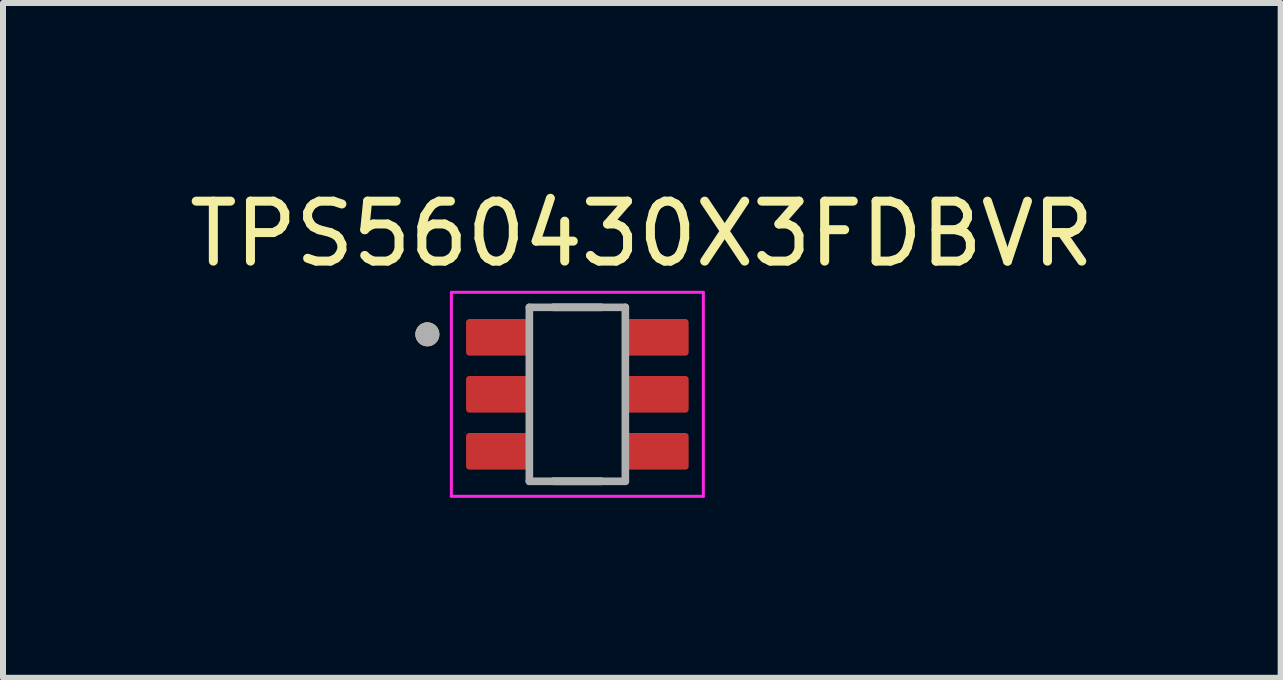
<source format=kicad_pcb>
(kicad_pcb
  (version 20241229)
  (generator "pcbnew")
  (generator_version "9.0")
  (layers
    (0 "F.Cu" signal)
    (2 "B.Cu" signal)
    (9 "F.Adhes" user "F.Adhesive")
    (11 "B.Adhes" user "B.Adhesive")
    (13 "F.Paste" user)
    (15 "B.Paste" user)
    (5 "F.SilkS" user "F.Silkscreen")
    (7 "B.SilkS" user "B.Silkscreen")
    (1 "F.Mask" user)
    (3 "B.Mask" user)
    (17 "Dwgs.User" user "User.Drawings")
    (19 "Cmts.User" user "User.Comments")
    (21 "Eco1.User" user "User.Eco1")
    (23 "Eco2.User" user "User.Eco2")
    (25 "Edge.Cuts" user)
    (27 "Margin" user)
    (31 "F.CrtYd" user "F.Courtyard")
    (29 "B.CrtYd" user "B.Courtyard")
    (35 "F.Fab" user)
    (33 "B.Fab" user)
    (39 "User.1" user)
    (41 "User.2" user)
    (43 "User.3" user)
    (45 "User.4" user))
  (footprint "TPS560430X3FDBVR"
    (layer "F.Cu")
    (at 6.574 3.523)
    (property "Reference" "TPS560430X3FDBVR" (at 1.075 -2.675 0) (layer "F.SilkS") (effects (font (size 1 1) (thickness 0.15))))
    (attr smd)
    (fp_poly (pts (xy -1.8 -1.32) (xy -1.806 -1.32) (xy -1.813 -1.319) (xy -1.819 -1.319) (xy -1.825 -1.317) (xy -1.831 -1.316) (xy -1.837 -1.314) (xy -1.843 -1.312) (xy -1.849 -1.31) (xy -1.854 -1.307) (xy -1.86 -1.304) (xy -1.865 -1.301) (xy -1.871 -1.297) (xy -1.876 -1.293) (xy -1.88 -1.289) (xy -1.885 -1.285) (xy -1.889 -1.28) (xy -1.893 -1.276) (xy -1.897 -1.271) (xy -1.901 -1.265) (xy -1.904 -1.26) (xy -1.907 -1.254) (xy -1.91 -1.249) (xy -1.912 -1.243) (xy -1.914 -1.237) (xy -1.916 -1.231) (xy -1.917 -1.225) (xy -1.919 -1.219) (xy -1.919 -1.213) (xy -1.92 -1.206) (xy -1.92 -1.2) (xy -1.92 -0.7) (xy -1.92 -0.694) (xy -1.919 -0.687) (xy -1.919 -0.681) (xy -1.917 -0.675) (xy -1.916 -0.669) (xy -1.914 -0.663) (xy -1.912 -0.657) (xy -1.91 -0.651) (xy -1.907 -0.646) (xy -1.904 -0.64) (xy -1.901 -0.635) (xy -1.897 -0.629) (xy -1.893 -0.624) (xy -1.889 -0.62) (xy -1.885 -0.615) (xy -1.88 -0.611) (xy -1.876 -0.607) (xy -1.871 -0.603) (xy -1.865 -0.599) (xy -1.86 -0.596) (xy -1.854 -0.593) (xy -1.849 -0.59) (xy -1.843 -0.588) (xy -1.837 -0.586) (xy -1.831 -0.584) (xy -1.825 -0.583) (xy -1.819 -0.581) (xy -1.813 -0.581) (xy -1.806 -0.58) (xy -1.8 -0.58) (xy -0.8 -0.58) (xy -0.794 -0.58) (xy -0.787 -0.581) (xy -0.781 -0.581) (xy -0.775 -0.583) (xy -0.769 -0.584) (xy -0.763 -0.586) (xy -0.757 -0.588) (xy -0.751 -0.59) (xy -0.746 -0.593) (xy -0.74 -0.596) (xy -0.735 -0.599) (xy -0.729 -0.603) (xy -0.724 -0.607) (xy -0.72 -0.611) (xy -0.715 -0.615) (xy -0.711 -0.62) (xy -0.707 -0.624) (xy -0.703 -0.629) (xy -0.699 -0.635) (xy -0.696 -0.64) (xy -0.693 -0.646) (xy -0.69 -0.651) (xy -0.688 -0.657) (xy -0.686 -0.663) (xy -0.684 -0.669) (xy -0.683 -0.675) (xy -0.681 -0.681) (xy -0.681 -0.687) (xy -0.68 -0.694) (xy -0.68 -0.7) (xy -0.68 -1.2) (xy -0.68 -1.206) (xy -0.681 -1.213) (xy -0.681 -1.219) (xy -0.683 -1.225) (xy -0.684 -1.231) (xy -0.686 -1.237) (xy -0.688 -1.243) (xy -0.69 -1.249) (xy -0.693 -1.254) (xy -0.696 -1.26) (xy -0.699 -1.265) (xy -0.703 -1.271) (xy -0.707 -1.276) (xy -0.711 -1.28) (xy -0.715 -1.285) (xy -0.72 -1.289) (xy -0.724 -1.293) (xy -0.729 -1.297) (xy -0.735 -1.301) (xy -0.74 -1.304) (xy -0.746 -1.307) (xy -0.751 -1.31) (xy -0.757 -1.312) (xy -0.763 -1.314) (xy -0.769 -1.316) (xy -0.775 -1.317) (xy -0.781 -1.319) (xy -0.787 -1.319) (xy -0.794 -1.32) (xy -0.8 -1.32) (xy -1.8 -1.32)) (stroke (width 0.01) (type solid)) (fill yes) (layer "F.Mask"))
    (fp_poly (pts (xy -1.8 -0.37) (xy -1.806 -0.37) (xy -1.813 -0.369) (xy -1.819 -0.369) (xy -1.825 -0.367) (xy -1.831 -0.366) (xy -1.837 -0.364) (xy -1.843 -0.362) (xy -1.849 -0.36) (xy -1.854 -0.357) (xy -1.86 -0.354) (xy -1.865 -0.351) (xy -1.871 -0.347) (xy -1.876 -0.343) (xy -1.88 -0.339) (xy -1.885 -0.335) (xy -1.889 -0.33) (xy -1.893 -0.326) (xy -1.897 -0.321) (xy -1.901 -0.315) (xy -1.904 -0.31) (xy -1.907 -0.304) (xy -1.91 -0.299) (xy -1.912 -0.293) (xy -1.914 -0.287) (xy -1.916 -0.281) (xy -1.917 -0.275) (xy -1.919 -0.269) (xy -1.919 -0.263) (xy -1.92 -0.256) (xy -1.92 -0.25) (xy -1.92 0.25) (xy -1.92 0.256) (xy -1.919 0.263) (xy -1.919 0.269) (xy -1.917 0.275) (xy -1.916 0.281) (xy -1.914 0.287) (xy -1.912 0.293) (xy -1.91 0.299) (xy -1.907 0.304) (xy -1.904 0.31) (xy -1.901 0.315) (xy -1.897 0.321) (xy -1.893 0.326) (xy -1.889 0.33) (xy -1.885 0.335) (xy -1.88 0.339) (xy -1.876 0.343) (xy -1.871 0.347) (xy -1.865 0.351) (xy -1.86 0.354) (xy -1.854 0.357) (xy -1.849 0.36) (xy -1.843 0.362) (xy -1.837 0.364) (xy -1.831 0.366) (xy -1.825 0.367) (xy -1.819 0.369) (xy -1.813 0.369) (xy -1.806 0.37) (xy -1.8 0.37) (xy -0.8 0.37) (xy -0.794 0.37) (xy -0.787 0.369) (xy -0.781 0.369) (xy -0.775 0.367) (xy -0.769 0.366) (xy -0.763 0.364) (xy -0.757 0.362) (xy -0.751 0.36) (xy -0.746 0.357) (xy -0.74 0.354) (xy -0.735 0.351) (xy -0.729 0.347) (xy -0.724 0.343) (xy -0.72 0.339) (xy -0.715 0.335) (xy -0.711 0.33) (xy -0.707 0.326) (xy -0.703 0.321) (xy -0.699 0.315) (xy -0.696 0.31) (xy -0.693 0.304) (xy -0.69 0.299) (xy -0.688 0.293) (xy -0.686 0.287) (xy -0.684 0.281) (xy -0.683 0.275) (xy -0.681 0.269) (xy -0.681 0.263) (xy -0.68 0.256) (xy -0.68 0.25) (xy -0.68 -0.25) (xy -0.68 -0.256) (xy -0.681 -0.263) (xy -0.681 -0.269) (xy -0.683 -0.275) (xy -0.684 -0.281) (xy -0.686 -0.287) (xy -0.688 -0.293) (xy -0.69 -0.299) (xy -0.693 -0.304) (xy -0.696 -0.31) (xy -0.699 -0.315) (xy -0.703 -0.321) (xy -0.707 -0.326) (xy -0.711 -0.33) (xy -0.715 -0.335) (xy -0.72 -0.339) (xy -0.724 -0.343) (xy -0.729 -0.347) (xy -0.735 -0.351) (xy -0.74 -0.354) (xy -0.746 -0.357) (xy -0.751 -0.36) (xy -0.757 -0.362) (xy -0.763 -0.364) (xy -0.769 -0.366) (xy -0.775 -0.367) (xy -0.781 -0.369) (xy -0.787 -0.369) (xy -0.794 -0.37) (xy -0.8 -0.37) (xy -1.8 -0.37)) (stroke (width 0.01) (type solid)) (fill yes) (layer "F.Mask"))
    (fp_poly (pts (xy -1.8 0.58) (xy -1.806 0.58) (xy -1.813 0.581) (xy -1.819 0.581) (xy -1.825 0.583) (xy -1.831 0.584) (xy -1.837 0.586) (xy -1.843 0.588) (xy -1.849 0.59) (xy -1.854 0.593) (xy -1.86 0.596) (xy -1.865 0.599) (xy -1.871 0.603) (xy -1.876 0.607) (xy -1.88 0.611) (xy -1.885 0.615) (xy -1.889 0.62) (xy -1.893 0.624) (xy -1.897 0.629) (xy -1.901 0.635) (xy -1.904 0.64) (xy -1.907 0.646) (xy -1.91 0.651) (xy -1.912 0.657) (xy -1.914 0.663) (xy -1.916 0.669) (xy -1.917 0.675) (xy -1.919 0.681) (xy -1.919 0.687) (xy -1.92 0.694) (xy -1.92 0.7) (xy -1.92 1.2) (xy -1.92 1.206) (xy -1.919 1.213) (xy -1.919 1.219) (xy -1.917 1.225) (xy -1.916 1.231) (xy -1.914 1.237) (xy -1.912 1.243) (xy -1.91 1.249) (xy -1.907 1.254) (xy -1.904 1.26) (xy -1.901 1.265) (xy -1.897 1.271) (xy -1.893 1.276) (xy -1.889 1.28) (xy -1.885 1.285) (xy -1.88 1.289) (xy -1.876 1.293) (xy -1.871 1.297) (xy -1.865 1.301) (xy -1.86 1.304) (xy -1.854 1.307) (xy -1.849 1.31) (xy -1.843 1.312) (xy -1.837 1.314) (xy -1.831 1.316) (xy -1.825 1.317) (xy -1.819 1.319) (xy -1.813 1.319) (xy -1.806 1.32) (xy -1.8 1.32) (xy -0.8 1.32) (xy -0.794 1.32) (xy -0.787 1.319) (xy -0.781 1.319) (xy -0.775 1.317) (xy -0.769 1.316) (xy -0.763 1.314) (xy -0.757 1.312) (xy -0.751 1.31) (xy -0.746 1.307) (xy -0.74 1.304) (xy -0.735 1.301) (xy -0.729 1.297) (xy -0.724 1.293) (xy -0.72 1.289) (xy -0.715 1.285) (xy -0.711 1.28) (xy -0.707 1.276) (xy -0.703 1.271) (xy -0.699 1.265) (xy -0.696 1.26) (xy -0.693 1.254) (xy -0.69 1.249) (xy -0.688 1.243) (xy -0.686 1.237) (xy -0.684 1.231) (xy -0.683 1.225) (xy -0.681 1.219) (xy -0.681 1.213) (xy -0.68 1.206) (xy -0.68 1.2) (xy -0.68 0.7) (xy -0.68 0.694) (xy -0.681 0.687) (xy -0.681 0.681) (xy -0.683 0.675) (xy -0.684 0.669) (xy -0.686 0.663) (xy -0.688 0.657) (xy -0.69 0.651) (xy -0.693 0.646) (xy -0.696 0.64) (xy -0.699 0.635) (xy -0.703 0.629) (xy -0.707 0.624) (xy -0.711 0.62) (xy -0.715 0.615) (xy -0.72 0.611) (xy -0.724 0.607) (xy -0.729 0.603) (xy -0.735 0.599) (xy -0.74 0.596) (xy -0.746 0.593) (xy -0.751 0.59) (xy -0.757 0.588) (xy -0.763 0.586) (xy -0.769 0.584) (xy -0.775 0.583) (xy -0.781 0.581) (xy -0.787 0.581) (xy -0.794 0.58) (xy -0.8 0.58) (xy -1.8 0.58)) (stroke (width 0.01) (type solid)) (fill yes) (layer "F.Mask"))
    (fp_poly (pts (xy 0.8 -1.32) (xy 0.794 -1.32) (xy 0.787 -1.319) (xy 0.781 -1.319) (xy 0.775 -1.317) (xy 0.769 -1.316) (xy 0.763 -1.314) (xy 0.757 -1.312) (xy 0.751 -1.31) (xy 0.746 -1.307) (xy 0.74 -1.304) (xy 0.735 -1.301) (xy 0.729 -1.297) (xy 0.724 -1.293) (xy 0.72 -1.289) (xy 0.715 -1.285) (xy 0.711 -1.28) (xy 0.707 -1.276) (xy 0.703 -1.271) (xy 0.699 -1.265) (xy 0.696 -1.26) (xy 0.693 -1.254) (xy 0.69 -1.249) (xy 0.688 -1.243) (xy 0.686 -1.237) (xy 0.684 -1.231) (xy 0.683 -1.225) (xy 0.681 -1.219) (xy 0.681 -1.213) (xy 0.68 -1.206) (xy 0.68 -1.2) (xy 0.68 -0.7) (xy 0.68 -0.694) (xy 0.681 -0.687) (xy 0.681 -0.681) (xy 0.683 -0.675) (xy 0.684 -0.669) (xy 0.686 -0.663) (xy 0.688 -0.657) (xy 0.69 -0.651) (xy 0.693 -0.646) (xy 0.696 -0.64) (xy 0.699 -0.635) (xy 0.703 -0.629) (xy 0.707 -0.624) (xy 0.711 -0.62) (xy 0.715 -0.615) (xy 0.72 -0.611) (xy 0.724 -0.607) (xy 0.729 -0.603) (xy 0.735 -0.599) (xy 0.74 -0.596) (xy 0.746 -0.593) (xy 0.751 -0.59) (xy 0.757 -0.588) (xy 0.763 -0.586) (xy 0.769 -0.584) (xy 0.775 -0.583) (xy 0.781 -0.581) (xy 0.787 -0.581) (xy 0.794 -0.58) (xy 0.8 -0.58) (xy 1.8 -0.58) (xy 1.806 -0.58) (xy 1.813 -0.581) (xy 1.819 -0.581) (xy 1.825 -0.583) (xy 1.831 -0.584) (xy 1.837 -0.586) (xy 1.843 -0.588) (xy 1.849 -0.59) (xy 1.854 -0.593) (xy 1.86 -0.596) (xy 1.865 -0.599) (xy 1.871 -0.603) (xy 1.876 -0.607) (xy 1.88 -0.611) (xy 1.885 -0.615) (xy 1.889 -0.62) (xy 1.893 -0.624) (xy 1.897 -0.629) (xy 1.901 -0.635) (xy 1.904 -0.64) (xy 1.907 -0.646) (xy 1.91 -0.651) (xy 1.912 -0.657) (xy 1.914 -0.663) (xy 1.916 -0.669) (xy 1.917 -0.675) (xy 1.919 -0.681) (xy 1.919 -0.687) (xy 1.92 -0.694) (xy 1.92 -0.7) (xy 1.92 -1.2) (xy 1.92 -1.206) (xy 1.919 -1.213) (xy 1.919 -1.219) (xy 1.917 -1.225) (xy 1.916 -1.231) (xy 1.914 -1.237) (xy 1.912 -1.243) (xy 1.91 -1.249) (xy 1.907 -1.254) (xy 1.904 -1.26) (xy 1.901 -1.265) (xy 1.897 -1.271) (xy 1.893 -1.276) (xy 1.889 -1.28) (xy 1.885 -1.285) (xy 1.88 -1.289) (xy 1.876 -1.293) (xy 1.871 -1.297) (xy 1.865 -1.301) (xy 1.86 -1.304) (xy 1.854 -1.307) (xy 1.849 -1.31) (xy 1.843 -1.312) (xy 1.837 -1.314) (xy 1.831 -1.316) (xy 1.825 -1.317) (xy 1.819 -1.319) (xy 1.813 -1.319) (xy 1.806 -1.32) (xy 1.8 -1.32) (xy 0.8 -1.32)) (stroke (width 0.01) (type solid)) (fill yes) (layer "F.Mask"))
    (fp_poly (pts (xy 0.8 -0.37) (xy 0.794 -0.37) (xy 0.787 -0.369) (xy 0.781 -0.369) (xy 0.775 -0.367) (xy 0.769 -0.366) (xy 0.763 -0.364) (xy 0.757 -0.362) (xy 0.751 -0.36) (xy 0.746 -0.357) (xy 0.74 -0.354) (xy 0.735 -0.351) (xy 0.729 -0.347) (xy 0.724 -0.343) (xy 0.72 -0.339) (xy 0.715 -0.335) (xy 0.711 -0.33) (xy 0.707 -0.326) (xy 0.703 -0.321) (xy 0.699 -0.315) (xy 0.696 -0.31) (xy 0.693 -0.304) (xy 0.69 -0.299) (xy 0.688 -0.293) (xy 0.686 -0.287) (xy 0.684 -0.281) (xy 0.683 -0.275) (xy 0.681 -0.269) (xy 0.681 -0.263) (xy 0.68 -0.256) (xy 0.68 -0.25) (xy 0.68 0.25) (xy 0.68 0.256) (xy 0.681 0.263) (xy 0.681 0.269) (xy 0.683 0.275) (xy 0.684 0.281) (xy 0.686 0.287) (xy 0.688 0.293) (xy 0.69 0.299) (xy 0.693 0.304) (xy 0.696 0.31) (xy 0.699 0.315) (xy 0.703 0.321) (xy 0.707 0.326) (xy 0.711 0.33) (xy 0.715 0.335) (xy 0.72 0.339) (xy 0.724 0.343) (xy 0.729 0.347) (xy 0.735 0.351) (xy 0.74 0.354) (xy 0.746 0.357) (xy 0.751 0.36) (xy 0.757 0.362) (xy 0.763 0.364) (xy 0.769 0.366) (xy 0.775 0.367) (xy 0.781 0.369) (xy 0.787 0.369) (xy 0.794 0.37) (xy 0.8 0.37) (xy 1.8 0.37) (xy 1.806 0.37) (xy 1.813 0.369) (xy 1.819 0.369) (xy 1.825 0.367) (xy 1.831 0.366) (xy 1.837 0.364) (xy 1.843 0.362) (xy 1.849 0.36) (xy 1.854 0.357) (xy 1.86 0.354) (xy 1.865 0.351) (xy 1.871 0.347) (xy 1.876 0.343) (xy 1.88 0.339) (xy 1.885 0.335) (xy 1.889 0.33) (xy 1.893 0.326) (xy 1.897 0.321) (xy 1.901 0.315) (xy 1.904 0.31) (xy 1.907 0.304) (xy 1.91 0.299) (xy 1.912 0.293) (xy 1.914 0.287) (xy 1.916 0.281) (xy 1.917 0.275) (xy 1.919 0.269) (xy 1.919 0.263) (xy 1.92 0.256) (xy 1.92 0.25) (xy 1.92 -0.25) (xy 1.92 -0.256) (xy 1.919 -0.263) (xy 1.919 -0.269) (xy 1.917 -0.275) (xy 1.916 -0.281) (xy 1.914 -0.287) (xy 1.912 -0.293) (xy 1.91 -0.299) (xy 1.907 -0.304) (xy 1.904 -0.31) (xy 1.901 -0.315) (xy 1.897 -0.321) (xy 1.893 -0.326) (xy 1.889 -0.33) (xy 1.885 -0.335) (xy 1.88 -0.339) (xy 1.876 -0.343) (xy 1.871 -0.347) (xy 1.865 -0.351) (xy 1.86 -0.354) (xy 1.854 -0.357) (xy 1.849 -0.36) (xy 1.843 -0.362) (xy 1.837 -0.364) (xy 1.831 -0.366) (xy 1.825 -0.367) (xy 1.819 -0.369) (xy 1.813 -0.369) (xy 1.806 -0.37) (xy 1.8 -0.37) (xy 0.8 -0.37)) (stroke (width 0.01) (type solid)) (fill yes) (layer "F.Mask"))
    (fp_poly (pts (xy 0.8 0.58) (xy 0.794 0.58) (xy 0.787 0.581) (xy 0.781 0.581) (xy 0.775 0.583) (xy 0.769 0.584) (xy 0.763 0.586) (xy 0.757 0.588) (xy 0.751 0.59) (xy 0.746 0.593) (xy 0.74 0.596) (xy 0.735 0.599) (xy 0.729 0.603) (xy 0.724 0.607) (xy 0.72 0.611) (xy 0.715 0.615) (xy 0.711 0.62) (xy 0.707 0.624) (xy 0.703 0.629) (xy 0.699 0.635) (xy 0.696 0.64) (xy 0.693 0.646) (xy 0.69 0.651) (xy 0.688 0.657) (xy 0.686 0.663) (xy 0.684 0.669) (xy 0.683 0.675) (xy 0.681 0.681) (xy 0.681 0.687) (xy 0.68 0.694) (xy 0.68 0.7) (xy 0.68 1.2) (xy 0.68 1.206) (xy 0.681 1.213) (xy 0.681 1.219) (xy 0.683 1.225) (xy 0.684 1.231) (xy 0.686 1.237) (xy 0.688 1.243) (xy 0.69 1.249) (xy 0.693 1.254) (xy 0.696 1.26) (xy 0.699 1.265) (xy 0.703 1.271) (xy 0.707 1.276) (xy 0.711 1.28) (xy 0.715 1.285) (xy 0.72 1.289) (xy 0.724 1.293) (xy 0.729 1.297) (xy 0.735 1.301) (xy 0.74 1.304) (xy 0.746 1.307) (xy 0.751 1.31) (xy 0.757 1.312) (xy 0.763 1.314) (xy 0.769 1.316) (xy 0.775 1.317) (xy 0.781 1.319) (xy 0.787 1.319) (xy 0.794 1.32) (xy 0.8 1.32) (xy 1.8 1.32) (xy 1.806 1.32) (xy 1.813 1.319) (xy 1.819 1.319) (xy 1.825 1.317) (xy 1.831 1.316) (xy 1.837 1.314) (xy 1.843 1.312) (xy 1.849 1.31) (xy 1.854 1.307) (xy 1.86 1.304) (xy 1.865 1.301) (xy 1.871 1.297) (xy 1.876 1.293) (xy 1.88 1.289) (xy 1.885 1.285) (xy 1.889 1.28) (xy 1.893 1.276) (xy 1.897 1.271) (xy 1.901 1.265) (xy 1.904 1.26) (xy 1.907 1.254) (xy 1.91 1.249) (xy 1.912 1.243) (xy 1.914 1.237) (xy 1.916 1.231) (xy 1.917 1.225) (xy 1.919 1.219) (xy 1.919 1.213) (xy 1.92 1.206) (xy 1.92 1.2) (xy 1.92 0.7) (xy 1.92 0.694) (xy 1.919 0.687) (xy 1.919 0.681) (xy 1.917 0.675) (xy 1.916 0.669) (xy 1.914 0.663) (xy 1.912 0.657) (xy 1.91 0.651) (xy 1.907 0.646) (xy 1.904 0.64) (xy 1.901 0.635) (xy 1.897 0.629) (xy 1.893 0.624) (xy 1.889 0.62) (xy 1.885 0.615) (xy 1.88 0.611) (xy 1.876 0.607) (xy 1.871 0.603) (xy 1.865 0.599) (xy 1.86 0.596) (xy 1.854 0.593) (xy 1.849 0.59) (xy 1.843 0.588) (xy 1.837 0.586) (xy 1.831 0.584) (xy 1.825 0.583) (xy 1.819 0.581) (xy 1.813 0.581) (xy 1.806 0.58) (xy 1.8 0.58) (xy 0.8 0.58)) (stroke (width 0.01) (type solid)) (fill yes) (layer "F.Mask"))
    (fp_line (start -0.4 -1.45) (end 0.4 -1.45) (stroke (width 0.127) (type solid)) (layer "F.SilkS"))
    (fp_line (start -0.4 1.45) (end 0.4 1.45) (stroke (width 0.127) (type solid)) (layer "F.SilkS"))
    (fp_circle (center -2.5 -1) (end -2.4 -1) (stroke (width 0.2) (type solid)) (fill no) (layer "F.SilkS"))
    (fp_poly (pts (xy -1.8 -1.25) (xy -1.803 -1.25) (xy -1.805 -1.25) (xy -1.808 -1.249) (xy -1.81 -1.249) (xy -1.813 -1.248) (xy -1.815 -1.248) (xy -1.818 -1.247) (xy -1.82 -1.246) (xy -1.823 -1.245) (xy -1.825 -1.243) (xy -1.827 -1.242) (xy -1.829 -1.24) (xy -1.831 -1.239) (xy -1.833 -1.237) (xy -1.835 -1.235) (xy -1.837 -1.233) (xy -1.839 -1.231) (xy -1.84 -1.229) (xy -1.842 -1.227) (xy -1.843 -1.225) (xy -1.845 -1.223) (xy -1.846 -1.22) (xy -1.847 -1.218) (xy -1.848 -1.215) (xy -1.848 -1.213) (xy -1.849 -1.21) (xy -1.849 -1.208) (xy -1.85 -1.205) (xy -1.85 -1.203) (xy -1.85 -1.2) (xy -1.85 -0.7) (xy -1.85 -0.697) (xy -1.85 -0.695) (xy -1.849 -0.692) (xy -1.849 -0.69) (xy -1.848 -0.687) (xy -1.848 -0.685) (xy -1.847 -0.682) (xy -1.846 -0.68) (xy -1.845 -0.677) (xy -1.843 -0.675) (xy -1.842 -0.673) (xy -1.84 -0.671) (xy -1.839 -0.669) (xy -1.837 -0.667) (xy -1.835 -0.665) (xy -1.833 -0.663) (xy -1.831 -0.661) (xy -1.829 -0.66) (xy -1.827 -0.658) (xy -1.825 -0.657) (xy -1.823 -0.655) (xy -1.82 -0.654) (xy -1.818 -0.653) (xy -1.815 -0.652) (xy -1.813 -0.652) (xy -1.81 -0.651) (xy -1.808 -0.651) (xy -1.805 -0.65) (xy -1.803 -0.65) (xy -1.8 -0.65) (xy -0.8 -0.65) (xy -0.797 -0.65) (xy -0.795 -0.65) (xy -0.792 -0.651) (xy -0.79 -0.651) (xy -0.787 -0.652) (xy -0.785 -0.652) (xy -0.782 -0.653) (xy -0.78 -0.654) (xy -0.777 -0.655) (xy -0.775 -0.657) (xy -0.773 -0.658) (xy -0.771 -0.66) (xy -0.769 -0.661) (xy -0.767 -0.663) (xy -0.765 -0.665) (xy -0.763 -0.667) (xy -0.761 -0.669) (xy -0.76 -0.671) (xy -0.758 -0.673) (xy -0.757 -0.675) (xy -0.755 -0.677) (xy -0.754 -0.68) (xy -0.753 -0.682) (xy -0.752 -0.685) (xy -0.752 -0.687) (xy -0.751 -0.69) (xy -0.751 -0.692) (xy -0.75 -0.695) (xy -0.75 -0.697) (xy -0.75 -0.7) (xy -0.75 -1.2) (xy -0.75 -1.203) (xy -0.75 -1.205) (xy -0.751 -1.208) (xy -0.751 -1.21) (xy -0.752 -1.213) (xy -0.752 -1.215) (xy -0.753 -1.218) (xy -0.754 -1.22) (xy -0.755 -1.223) (xy -0.757 -1.225) (xy -0.758 -1.227) (xy -0.76 -1.229) (xy -0.761 -1.231) (xy -0.763 -1.233) (xy -0.765 -1.235) (xy -0.767 -1.237) (xy -0.769 -1.239) (xy -0.771 -1.24) (xy -0.773 -1.242) (xy -0.775 -1.243) (xy -0.777 -1.245) (xy -0.78 -1.246) (xy -0.782 -1.247) (xy -0.785 -1.248) (xy -0.787 -1.248) (xy -0.79 -1.249) (xy -0.792 -1.249) (xy -0.795 -1.25) (xy -0.797 -1.25) (xy -0.8 -1.25) (xy -1.8 -1.25)) (stroke (width 0.01) (type solid)) (fill yes) (layer "F.Paste"))
    (fp_poly (pts (xy -1.8 -0.3) (xy -1.803 -0.3) (xy -1.805 -0.3) (xy -1.808 -0.299) (xy -1.81 -0.299) (xy -1.813 -0.298) (xy -1.815 -0.298) (xy -1.818 -0.297) (xy -1.82 -0.296) (xy -1.823 -0.295) (xy -1.825 -0.293) (xy -1.827 -0.292) (xy -1.829 -0.29) (xy -1.831 -0.289) (xy -1.833 -0.287) (xy -1.835 -0.285) (xy -1.837 -0.283) (xy -1.839 -0.281) (xy -1.84 -0.279) (xy -1.842 -0.277) (xy -1.843 -0.275) (xy -1.845 -0.273) (xy -1.846 -0.27) (xy -1.847 -0.268) (xy -1.848 -0.265) (xy -1.848 -0.263) (xy -1.849 -0.26) (xy -1.849 -0.258) (xy -1.85 -0.255) (xy -1.85 -0.253) (xy -1.85 -0.25) (xy -1.85 0.25) (xy -1.85 0.253) (xy -1.85 0.255) (xy -1.849 0.258) (xy -1.849 0.26) (xy -1.848 0.263) (xy -1.848 0.265) (xy -1.847 0.268) (xy -1.846 0.27) (xy -1.845 0.273) (xy -1.843 0.275) (xy -1.842 0.277) (xy -1.84 0.279) (xy -1.839 0.281) (xy -1.837 0.283) (xy -1.835 0.285) (xy -1.833 0.287) (xy -1.831 0.289) (xy -1.829 0.29) (xy -1.827 0.292) (xy -1.825 0.293) (xy -1.823 0.295) (xy -1.82 0.296) (xy -1.818 0.297) (xy -1.815 0.298) (xy -1.813 0.298) (xy -1.81 0.299) (xy -1.808 0.299) (xy -1.805 0.3) (xy -1.803 0.3) (xy -1.8 0.3) (xy -0.8 0.3) (xy -0.797 0.3) (xy -0.795 0.3) (xy -0.792 0.299) (xy -0.79 0.299) (xy -0.787 0.298) (xy -0.785 0.298) (xy -0.782 0.297) (xy -0.78 0.296) (xy -0.777 0.295) (xy -0.775 0.293) (xy -0.773 0.292) (xy -0.771 0.29) (xy -0.769 0.289) (xy -0.767 0.287) (xy -0.765 0.285) (xy -0.763 0.283) (xy -0.761 0.281) (xy -0.76 0.279) (xy -0.758 0.277) (xy -0.757 0.275) (xy -0.755 0.273) (xy -0.754 0.27) (xy -0.753 0.268) (xy -0.752 0.265) (xy -0.752 0.263) (xy -0.751 0.26) (xy -0.751 0.258) (xy -0.75 0.255) (xy -0.75 0.253) (xy -0.75 0.25) (xy -0.75 -0.25) (xy -0.75 -0.253) (xy -0.75 -0.255) (xy -0.751 -0.258) (xy -0.751 -0.26) (xy -0.752 -0.263) (xy -0.752 -0.265) (xy -0.753 -0.268) (xy -0.754 -0.27) (xy -0.755 -0.273) (xy -0.757 -0.275) (xy -0.758 -0.277) (xy -0.76 -0.279) (xy -0.761 -0.281) (xy -0.763 -0.283) (xy -0.765 -0.285) (xy -0.767 -0.287) (xy -0.769 -0.289) (xy -0.771 -0.29) (xy -0.773 -0.292) (xy -0.775 -0.293) (xy -0.777 -0.295) (xy -0.78 -0.296) (xy -0.782 -0.297) (xy -0.785 -0.298) (xy -0.787 -0.298) (xy -0.79 -0.299) (xy -0.792 -0.299) (xy -0.795 -0.3) (xy -0.797 -0.3) (xy -0.8 -0.3) (xy -1.8 -0.3)) (stroke (width 0.01) (type solid)) (fill yes) (layer "F.Paste"))
    (fp_poly (pts (xy -1.8 0.65) (xy -1.803 0.65) (xy -1.805 0.65) (xy -1.808 0.651) (xy -1.81 0.651) (xy -1.813 0.652) (xy -1.815 0.652) (xy -1.818 0.653) (xy -1.82 0.654) (xy -1.823 0.655) (xy -1.825 0.657) (xy -1.827 0.658) (xy -1.829 0.66) (xy -1.831 0.661) (xy -1.833 0.663) (xy -1.835 0.665) (xy -1.837 0.667) (xy -1.839 0.669) (xy -1.84 0.671) (xy -1.842 0.673) (xy -1.843 0.675) (xy -1.845 0.677) (xy -1.846 0.68) (xy -1.847 0.682) (xy -1.848 0.685) (xy -1.848 0.687) (xy -1.849 0.69) (xy -1.849 0.692) (xy -1.85 0.695) (xy -1.85 0.697) (xy -1.85 0.7) (xy -1.85 1.2) (xy -1.85 1.203) (xy -1.85 1.205) (xy -1.849 1.208) (xy -1.849 1.21) (xy -1.848 1.213) (xy -1.848 1.215) (xy -1.847 1.218) (xy -1.846 1.22) (xy -1.845 1.223) (xy -1.843 1.225) (xy -1.842 1.227) (xy -1.84 1.229) (xy -1.839 1.231) (xy -1.837 1.233) (xy -1.835 1.235) (xy -1.833 1.237) (xy -1.831 1.239) (xy -1.829 1.24) (xy -1.827 1.242) (xy -1.825 1.243) (xy -1.823 1.245) (xy -1.82 1.246) (xy -1.818 1.247) (xy -1.815 1.248) (xy -1.813 1.248) (xy -1.81 1.249) (xy -1.808 1.249) (xy -1.805 1.25) (xy -1.803 1.25) (xy -1.8 1.25) (xy -0.8 1.25) (xy -0.797 1.25) (xy -0.795 1.25) (xy -0.792 1.249) (xy -0.79 1.249) (xy -0.787 1.248) (xy -0.785 1.248) (xy -0.782 1.247) (xy -0.78 1.246) (xy -0.777 1.245) (xy -0.775 1.243) (xy -0.773 1.242) (xy -0.771 1.24) (xy -0.769 1.239) (xy -0.767 1.237) (xy -0.765 1.235) (xy -0.763 1.233) (xy -0.761 1.231) (xy -0.76 1.229) (xy -0.758 1.227) (xy -0.757 1.225) (xy -0.755 1.223) (xy -0.754 1.22) (xy -0.753 1.218) (xy -0.752 1.215) (xy -0.752 1.213) (xy -0.751 1.21) (xy -0.751 1.208) (xy -0.75 1.205) (xy -0.75 1.203) (xy -0.75 1.2) (xy -0.75 0.7) (xy -0.75 0.697) (xy -0.75 0.695) (xy -0.751 0.692) (xy -0.751 0.69) (xy -0.752 0.687) (xy -0.752 0.685) (xy -0.753 0.682) (xy -0.754 0.68) (xy -0.755 0.677) (xy -0.757 0.675) (xy -0.758 0.673) (xy -0.76 0.671) (xy -0.761 0.669) (xy -0.763 0.667) (xy -0.765 0.665) (xy -0.767 0.663) (xy -0.769 0.661) (xy -0.771 0.66) (xy -0.773 0.658) (xy -0.775 0.657) (xy -0.777 0.655) (xy -0.78 0.654) (xy -0.782 0.653) (xy -0.785 0.652) (xy -0.787 0.652) (xy -0.79 0.651) (xy -0.792 0.651) (xy -0.795 0.65) (xy -0.797 0.65) (xy -0.8 0.65) (xy -1.8 0.65)) (stroke (width 0.01) (type solid)) (fill yes) (layer "F.Paste"))
    (fp_poly (pts (xy 0.8 -1.25) (xy 0.797 -1.25) (xy 0.795 -1.25) (xy 0.792 -1.249) (xy 0.79 -1.249) (xy 0.787 -1.248) (xy 0.785 -1.248) (xy 0.782 -1.247) (xy 0.78 -1.246) (xy 0.777 -1.245) (xy 0.775 -1.243) (xy 0.773 -1.242) (xy 0.771 -1.24) (xy 0.769 -1.239) (xy 0.767 -1.237) (xy 0.765 -1.235) (xy 0.763 -1.233) (xy 0.761 -1.231) (xy 0.76 -1.229) (xy 0.758 -1.227) (xy 0.757 -1.225) (xy 0.755 -1.223) (xy 0.754 -1.22) (xy 0.753 -1.218) (xy 0.752 -1.215) (xy 0.752 -1.213) (xy 0.751 -1.21) (xy 0.751 -1.208) (xy 0.75 -1.205) (xy 0.75 -1.203) (xy 0.75 -1.2) (xy 0.75 -0.7) (xy 0.75 -0.697) (xy 0.75 -0.695) (xy 0.751 -0.692) (xy 0.751 -0.69) (xy 0.752 -0.687) (xy 0.752 -0.685) (xy 0.753 -0.682) (xy 0.754 -0.68) (xy 0.755 -0.677) (xy 0.757 -0.675) (xy 0.758 -0.673) (xy 0.76 -0.671) (xy 0.761 -0.669) (xy 0.763 -0.667) (xy 0.765 -0.665) (xy 0.767 -0.663) (xy 0.769 -0.661) (xy 0.771 -0.66) (xy 0.773 -0.658) (xy 0.775 -0.657) (xy 0.777 -0.655) (xy 0.78 -0.654) (xy 0.782 -0.653) (xy 0.785 -0.652) (xy 0.787 -0.652) (xy 0.79 -0.651) (xy 0.792 -0.651) (xy 0.795 -0.65) (xy 0.797 -0.65) (xy 0.8 -0.65) (xy 1.8 -0.65) (xy 1.803 -0.65) (xy 1.805 -0.65) (xy 1.808 -0.651) (xy 1.81 -0.651) (xy 1.813 -0.652) (xy 1.815 -0.652) (xy 1.818 -0.653) (xy 1.82 -0.654) (xy 1.823 -0.655) (xy 1.825 -0.657) (xy 1.827 -0.658) (xy 1.829 -0.66) (xy 1.831 -0.661) (xy 1.833 -0.663) (xy 1.835 -0.665) (xy 1.837 -0.667) (xy 1.839 -0.669) (xy 1.84 -0.671) (xy 1.842 -0.673) (xy 1.843 -0.675) (xy 1.845 -0.677) (xy 1.846 -0.68) (xy 1.847 -0.682) (xy 1.848 -0.685) (xy 1.848 -0.687) (xy 1.849 -0.69) (xy 1.849 -0.692) (xy 1.85 -0.695) (xy 1.85 -0.697) (xy 1.85 -0.7) (xy 1.85 -1.2) (xy 1.85 -1.203) (xy 1.85 -1.205) (xy 1.849 -1.208) (xy 1.849 -1.21) (xy 1.848 -1.213) (xy 1.848 -1.215) (xy 1.847 -1.218) (xy 1.846 -1.22) (xy 1.845 -1.223) (xy 1.843 -1.225) (xy 1.842 -1.227) (xy 1.84 -1.229) (xy 1.839 -1.231) (xy 1.837 -1.233) (xy 1.835 -1.235) (xy 1.833 -1.237) (xy 1.831 -1.239) (xy 1.829 -1.24) (xy 1.827 -1.242) (xy 1.825 -1.243) (xy 1.823 -1.245) (xy 1.82 -1.246) (xy 1.818 -1.247) (xy 1.815 -1.248) (xy 1.813 -1.248) (xy 1.81 -1.249) (xy 1.808 -1.249) (xy 1.805 -1.25) (xy 1.803 -1.25) (xy 1.8 -1.25) (xy 0.8 -1.25)) (stroke (width 0.01) (type solid)) (fill yes) (layer "F.Paste"))
    (fp_poly (pts (xy 0.8 -0.3) (xy 0.797 -0.3) (xy 0.795 -0.3) (xy 0.792 -0.299) (xy 0.79 -0.299) (xy 0.787 -0.298) (xy 0.785 -0.298) (xy 0.782 -0.297) (xy 0.78 -0.296) (xy 0.777 -0.295) (xy 0.775 -0.293) (xy 0.773 -0.292) (xy 0.771 -0.29) (xy 0.769 -0.289) (xy 0.767 -0.287) (xy 0.765 -0.285) (xy 0.763 -0.283) (xy 0.761 -0.281) (xy 0.76 -0.279) (xy 0.758 -0.277) (xy 0.757 -0.275) (xy 0.755 -0.273) (xy 0.754 -0.27) (xy 0.753 -0.268) (xy 0.752 -0.265) (xy 0.752 -0.263) (xy 0.751 -0.26) (xy 0.751 -0.258) (xy 0.75 -0.255) (xy 0.75 -0.253) (xy 0.75 -0.25) (xy 0.75 0.25) (xy 0.75 0.253) (xy 0.75 0.255) (xy 0.751 0.258) (xy 0.751 0.26) (xy 0.752 0.263) (xy 0.752 0.265) (xy 0.753 0.268) (xy 0.754 0.27) (xy 0.755 0.273) (xy 0.757 0.275) (xy 0.758 0.277) (xy 0.76 0.279) (xy 0.761 0.281) (xy 0.763 0.283) (xy 0.765 0.285) (xy 0.767 0.287) (xy 0.769 0.289) (xy 0.771 0.29) (xy 0.773 0.292) (xy 0.775 0.293) (xy 0.777 0.295) (xy 0.78 0.296) (xy 0.782 0.297) (xy 0.785 0.298) (xy 0.787 0.298) (xy 0.79 0.299) (xy 0.792 0.299) (xy 0.795 0.3) (xy 0.797 0.3) (xy 0.8 0.3) (xy 1.8 0.3) (xy 1.803 0.3) (xy 1.805 0.3) (xy 1.808 0.299) (xy 1.81 0.299) (xy 1.813 0.298) (xy 1.815 0.298) (xy 1.818 0.297) (xy 1.82 0.296) (xy 1.823 0.295) (xy 1.825 0.293) (xy 1.827 0.292) (xy 1.829 0.29) (xy 1.831 0.289) (xy 1.833 0.287) (xy 1.835 0.285) (xy 1.837 0.283) (xy 1.839 0.281) (xy 1.84 0.279) (xy 1.842 0.277) (xy 1.843 0.275) (xy 1.845 0.273) (xy 1.846 0.27) (xy 1.847 0.268) (xy 1.848 0.265) (xy 1.848 0.263) (xy 1.849 0.26) (xy 1.849 0.258) (xy 1.85 0.255) (xy 1.85 0.253) (xy 1.85 0.25) (xy 1.85 -0.25) (xy 1.85 -0.253) (xy 1.85 -0.255) (xy 1.849 -0.258) (xy 1.849 -0.26) (xy 1.848 -0.263) (xy 1.848 -0.265) (xy 1.847 -0.268) (xy 1.846 -0.27) (xy 1.845 -0.273) (xy 1.843 -0.275) (xy 1.842 -0.277) (xy 1.84 -0.279) (xy 1.839 -0.281) (xy 1.837 -0.283) (xy 1.835 -0.285) (xy 1.833 -0.287) (xy 1.831 -0.289) (xy 1.829 -0.29) (xy 1.827 -0.292) (xy 1.825 -0.293) (xy 1.823 -0.295) (xy 1.82 -0.296) (xy 1.818 -0.297) (xy 1.815 -0.298) (xy 1.813 -0.298) (xy 1.81 -0.299) (xy 1.808 -0.299) (xy 1.805 -0.3) (xy 1.803 -0.3) (xy 1.8 -0.3) (xy 0.8 -0.3)) (stroke (width 0.01) (type solid)) (fill yes) (layer "F.Paste"))
    (fp_poly (pts (xy 0.8 0.65) (xy 0.797 0.65) (xy 0.795 0.65) (xy 0.792 0.651) (xy 0.79 0.651) (xy 0.787 0.652) (xy 0.785 0.652) (xy 0.782 0.653) (xy 0.78 0.654) (xy 0.777 0.655) (xy 0.775 0.657) (xy 0.773 0.658) (xy 0.771 0.66) (xy 0.769 0.661) (xy 0.767 0.663) (xy 0.765 0.665) (xy 0.763 0.667) (xy 0.761 0.669) (xy 0.76 0.671) (xy 0.758 0.673) (xy 0.757 0.675) (xy 0.755 0.677) (xy 0.754 0.68) (xy 0.753 0.682) (xy 0.752 0.685) (xy 0.752 0.687) (xy 0.751 0.69) (xy 0.751 0.692) (xy 0.75 0.695) (xy 0.75 0.697) (xy 0.75 0.7) (xy 0.75 1.2) (xy 0.75 1.203) (xy 0.75 1.205) (xy 0.751 1.208) (xy 0.751 1.21) (xy 0.752 1.213) (xy 0.752 1.215) (xy 0.753 1.218) (xy 0.754 1.22) (xy 0.755 1.223) (xy 0.757 1.225) (xy 0.758 1.227) (xy 0.76 1.229) (xy 0.761 1.231) (xy 0.763 1.233) (xy 0.765 1.235) (xy 0.767 1.237) (xy 0.769 1.239) (xy 0.771 1.24) (xy 0.773 1.242) (xy 0.775 1.243) (xy 0.777 1.245) (xy 0.78 1.246) (xy 0.782 1.247) (xy 0.785 1.248) (xy 0.787 1.248) (xy 0.79 1.249) (xy 0.792 1.249) (xy 0.795 1.25) (xy 0.797 1.25) (xy 0.8 1.25) (xy 1.8 1.25) (xy 1.803 1.25) (xy 1.805 1.25) (xy 1.808 1.249) (xy 1.81 1.249) (xy 1.813 1.248) (xy 1.815 1.248) (xy 1.818 1.247) (xy 1.82 1.246) (xy 1.823 1.245) (xy 1.825 1.243) (xy 1.827 1.242) (xy 1.829 1.24) (xy 1.831 1.239) (xy 1.833 1.237) (xy 1.835 1.235) (xy 1.837 1.233) (xy 1.839 1.231) (xy 1.84 1.229) (xy 1.842 1.227) (xy 1.843 1.225) (xy 1.845 1.223) (xy 1.846 1.22) (xy 1.847 1.218) (xy 1.848 1.215) (xy 1.848 1.213) (xy 1.849 1.21) (xy 1.849 1.208) (xy 1.85 1.205) (xy 1.85 1.203) (xy 1.85 1.2) (xy 1.85 0.7) (xy 1.85 0.697) (xy 1.85 0.695) (xy 1.849 0.692) (xy 1.849 0.69) (xy 1.848 0.687) (xy 1.848 0.685) (xy 1.847 0.682) (xy 1.846 0.68) (xy 1.845 0.677) (xy 1.843 0.675) (xy 1.842 0.673) (xy 1.84 0.671) (xy 1.839 0.669) (xy 1.837 0.667) (xy 1.835 0.665) (xy 1.833 0.663) (xy 1.831 0.661) (xy 1.829 0.66) (xy 1.827 0.658) (xy 1.825 0.657) (xy 1.823 0.655) (xy 1.82 0.654) (xy 1.818 0.653) (xy 1.815 0.652) (xy 1.813 0.652) (xy 1.81 0.651) (xy 1.808 0.651) (xy 1.805 0.65) (xy 1.803 0.65) (xy 1.8 0.65) (xy 0.8 0.65)) (stroke (width 0.01) (type solid)) (fill yes) (layer "F.Paste"))
    (fp_line (start -2.1 -1.7) (end -2.1 1.7) (stroke (width 0.05) (type solid)) (layer "F.CrtYd"))
    (fp_line (start -2.1 1.7) (end 2.1 1.7) (stroke (width 0.05) (type solid)) (layer "F.CrtYd"))
    (fp_line (start 2.1 -1.7) (end -2.1 -1.7) (stroke (width 0.05) (type solid)) (layer "F.CrtYd"))
    (fp_line (start 2.1 1.7) (end 2.1 -1.7) (stroke (width 0.05) (type solid)) (layer "F.CrtYd"))
    (fp_line (start -0.8 -1.45) (end -0.8 1.45) (stroke (width 0.127) (type solid)) (layer "F.Fab"))
    (fp_line (start -0.8 1.45) (end 0.8 1.45) (stroke (width 0.127) (type solid)) (layer "F.Fab"))
    (fp_line (start 0.8 -1.45) (end -0.8 -1.45) (stroke (width 0.127) (type solid)) (layer "F.Fab"))
    (fp_line (start 0.8 1.45) (end 0.8 -1.45) (stroke (width 0.127) (type solid)) (layer "F.Fab"))
    (fp_circle (center -2.5 -1) (end -2.4 -1) (stroke (width 0.2) (type solid)) (fill no) (layer "F.Fab"))
    (pad "1" smd custom (at -1.3 -0.95) (size 0.1 0.1) (layers "F.Cu") (options (anchor rect)) (primitives (gr_poly (pts (xy -0.5 -0.3) (xy -0.503 -0.3) (xy -0.505 -0.3) (xy -0.508 -0.299) (xy -0.51 -0.299) (xy -0.513 -0.298) (xy -0.515 -0.298) (xy -0.518 -0.297) (xy -0.52 -0.296) (xy -0.523 -0.295) (xy -0.525 -0.293) (xy -0.527 -0.292) (xy -0.529 -0.29) (xy -0.531 -0.289) (xy -0.533 -0.287) (xy -0.535 -0.285) (xy -0.537 -0.283) (xy -0.539 -0.281) (xy -0.54 -0.279) (xy -0.542 -0.277) (xy -0.543 -0.275) (xy -0.545 -0.273) (xy -0.546 -0.27) (xy -0.547 -0.268) (xy -0.548 -0.265) (xy -0.548 -0.263) (xy -0.549 -0.26) (xy -0.549 -0.258) (xy -0.55 -0.255) (xy -0.55 -0.253) (xy -0.55 -0.25) (xy -0.55 0.25) (xy -0.55 0.253) (xy -0.55 0.255) (xy -0.549 0.258) (xy -0.549 0.26) (xy -0.548 0.263) (xy -0.548 0.265) (xy -0.547 0.268) (xy -0.546 0.27) (xy -0.545 0.273) (xy -0.543 0.275) (xy -0.542 0.277) (xy -0.54 0.279) (xy -0.539 0.281) (xy -0.537 0.283) (xy -0.535 0.285) (xy -0.533 0.287) (xy -0.531 0.289) (xy -0.529 0.29) (xy -0.527 0.292) (xy -0.525 0.293) (xy -0.523 0.295) (xy -0.52 0.296) (xy -0.518 0.297) (xy -0.515 0.298) (xy -0.513 0.298) (xy -0.51 0.299) (xy -0.508 0.299) (xy -0.505 0.3) (xy -0.503 0.3) (xy -0.5 0.3) (xy 0.5 0.3) (xy 0.503 0.3) (xy 0.505 0.3) (xy 0.508 0.299) (xy 0.51 0.299) (xy 0.513 0.298) (xy 0.515 0.298) (xy 0.518 0.297) (xy 0.52 0.296) (xy 0.523 0.295) (xy 0.525 0.293) (xy 0.527 0.292) (xy 0.529 0.29) (xy 0.531 0.289) (xy 0.533 0.287) (xy 0.535 0.285) (xy 0.537 0.283) (xy 0.539 0.281) (xy 0.54 0.279) (xy 0.542 0.277) (xy 0.543 0.275) (xy 0.545 0.273) (xy 0.546 0.27) (xy 0.547 0.268) (xy 0.548 0.265) (xy 0.548 0.263) (xy 0.549 0.26) (xy 0.549 0.258) (xy 0.55 0.255) (xy 0.55 0.253) (xy 0.55 0.25) (xy 0.55 -0.25) (xy 0.55 -0.253) (xy 0.55 -0.255) (xy 0.549 -0.258) (xy 0.549 -0.26) (xy 0.548 -0.263) (xy 0.548 -0.265) (xy 0.547 -0.268) (xy 0.546 -0.27) (xy 0.545 -0.273) (xy 0.543 -0.275) (xy 0.542 -0.277) (xy 0.54 -0.279) (xy 0.539 -0.281) (xy 0.537 -0.283) (xy 0.535 -0.285) (xy 0.533 -0.287) (xy 0.531 -0.289) (xy 0.529 -0.29) (xy 0.527 -0.292) (xy 0.525 -0.293) (xy 0.523 -0.295) (xy 0.52 -0.296) (xy 0.518 -0.297) (xy 0.515 -0.298) (xy 0.513 -0.298) (xy 0.51 -0.299) (xy 0.508 -0.299) (xy 0.505 -0.3) (xy 0.503 -0.3) (xy 0.5 -0.3) (xy -0.5 -0.3)) (width 0.01) (fill yes))))
    (pad "2" smd custom (at -1.3 0) (size 0.1 0.1) (layers "F.Cu") (options (anchor rect)) (primitives (gr_poly (pts (xy -0.5 -0.3) (xy -0.503 -0.3) (xy -0.505 -0.3) (xy -0.508 -0.299) (xy -0.51 -0.299) (xy -0.513 -0.298) (xy -0.515 -0.298) (xy -0.518 -0.297) (xy -0.52 -0.296) (xy -0.523 -0.295) (xy -0.525 -0.293) (xy -0.527 -0.292) (xy -0.529 -0.29) (xy -0.531 -0.289) (xy -0.533 -0.287) (xy -0.535 -0.285) (xy -0.537 -0.283) (xy -0.539 -0.281) (xy -0.54 -0.279) (xy -0.542 -0.277) (xy -0.543 -0.275) (xy -0.545 -0.273) (xy -0.546 -0.27) (xy -0.547 -0.268) (xy -0.548 -0.265) (xy -0.548 -0.263) (xy -0.549 -0.26) (xy -0.549 -0.258) (xy -0.55 -0.255) (xy -0.55 -0.253) (xy -0.55 -0.25) (xy -0.55 0.25) (xy -0.55 0.253) (xy -0.55 0.255) (xy -0.549 0.258) (xy -0.549 0.26) (xy -0.548 0.263) (xy -0.548 0.265) (xy -0.547 0.268) (xy -0.546 0.27) (xy -0.545 0.273) (xy -0.543 0.275) (xy -0.542 0.277) (xy -0.54 0.279) (xy -0.539 0.281) (xy -0.537 0.283) (xy -0.535 0.285) (xy -0.533 0.287) (xy -0.531 0.289) (xy -0.529 0.29) (xy -0.527 0.292) (xy -0.525 0.293) (xy -0.523 0.295) (xy -0.52 0.296) (xy -0.518 0.297) (xy -0.515 0.298) (xy -0.513 0.298) (xy -0.51 0.299) (xy -0.508 0.299) (xy -0.505 0.3) (xy -0.503 0.3) (xy -0.5 0.3) (xy 0.5 0.3) (xy 0.503 0.3) (xy 0.505 0.3) (xy 0.508 0.299) (xy 0.51 0.299) (xy 0.513 0.298) (xy 0.515 0.298) (xy 0.518 0.297) (xy 0.52 0.296) (xy 0.523 0.295) (xy 0.525 0.293) (xy 0.527 0.292) (xy 0.529 0.29) (xy 0.531 0.289) (xy 0.533 0.287) (xy 0.535 0.285) (xy 0.537 0.283) (xy 0.539 0.281) (xy 0.54 0.279) (xy 0.542 0.277) (xy 0.543 0.275) (xy 0.545 0.273) (xy 0.546 0.27) (xy 0.547 0.268) (xy 0.548 0.265) (xy 0.548 0.263) (xy 0.549 0.26) (xy 0.549 0.258) (xy 0.55 0.255) (xy 0.55 0.253) (xy 0.55 0.25) (xy 0.55 -0.25) (xy 0.55 -0.253) (xy 0.55 -0.255) (xy 0.549 -0.258) (xy 0.549 -0.26) (xy 0.548 -0.263) (xy 0.548 -0.265) (xy 0.547 -0.268) (xy 0.546 -0.27) (xy 0.545 -0.273) (xy 0.543 -0.275) (xy 0.542 -0.277) (xy 0.54 -0.279) (xy 0.539 -0.281) (xy 0.537 -0.283) (xy 0.535 -0.285) (xy 0.533 -0.287) (xy 0.531 -0.289) (xy 0.529 -0.29) (xy 0.527 -0.292) (xy 0.525 -0.293) (xy 0.523 -0.295) (xy 0.52 -0.296) (xy 0.518 -0.297) (xy 0.515 -0.298) (xy 0.513 -0.298) (xy 0.51 -0.299) (xy 0.508 -0.299) (xy 0.505 -0.3) (xy 0.503 -0.3) (xy 0.5 -0.3) (xy -0.5 -0.3)) (width 0.01) (fill yes))))
    (pad "3" smd custom (at -1.3 0.95) (size 0.1 0.1) (layers "F.Cu") (options (anchor rect)) (primitives (gr_poly (pts (xy -0.5 -0.3) (xy -0.503 -0.3) (xy -0.505 -0.3) (xy -0.508 -0.299) (xy -0.51 -0.299) (xy -0.513 -0.298) (xy -0.515 -0.298) (xy -0.518 -0.297) (xy -0.52 -0.296) (xy -0.523 -0.295) (xy -0.525 -0.293) (xy -0.527 -0.292) (xy -0.529 -0.29) (xy -0.531 -0.289) (xy -0.533 -0.287) (xy -0.535 -0.285) (xy -0.537 -0.283) (xy -0.539 -0.281) (xy -0.54 -0.279) (xy -0.542 -0.277) (xy -0.543 -0.275) (xy -0.545 -0.273) (xy -0.546 -0.27) (xy -0.547 -0.268) (xy -0.548 -0.265) (xy -0.548 -0.263) (xy -0.549 -0.26) (xy -0.549 -0.258) (xy -0.55 -0.255) (xy -0.55 -0.253) (xy -0.55 -0.25) (xy -0.55 0.25) (xy -0.55 0.253) (xy -0.55 0.255) (xy -0.549 0.258) (xy -0.549 0.26) (xy -0.548 0.263) (xy -0.548 0.265) (xy -0.547 0.268) (xy -0.546 0.27) (xy -0.545 0.273) (xy -0.543 0.275) (xy -0.542 0.277) (xy -0.54 0.279) (xy -0.539 0.281) (xy -0.537 0.283) (xy -0.535 0.285) (xy -0.533 0.287) (xy -0.531 0.289) (xy -0.529 0.29) (xy -0.527 0.292) (xy -0.525 0.293) (xy -0.523 0.295) (xy -0.52 0.296) (xy -0.518 0.297) (xy -0.515 0.298) (xy -0.513 0.298) (xy -0.51 0.299) (xy -0.508 0.299) (xy -0.505 0.3) (xy -0.503 0.3) (xy -0.5 0.3) (xy 0.5 0.3) (xy 0.503 0.3) (xy 0.505 0.3) (xy 0.508 0.299) (xy 0.51 0.299) (xy 0.513 0.298) (xy 0.515 0.298) (xy 0.518 0.297) (xy 0.52 0.296) (xy 0.523 0.295) (xy 0.525 0.293) (xy 0.527 0.292) (xy 0.529 0.29) (xy 0.531 0.289) (xy 0.533 0.287) (xy 0.535 0.285) (xy 0.537 0.283) (xy 0.539 0.281) (xy 0.54 0.279) (xy 0.542 0.277) (xy 0.543 0.275) (xy 0.545 0.273) (xy 0.546 0.27) (xy 0.547 0.268) (xy 0.548 0.265) (xy 0.548 0.263) (xy 0.549 0.26) (xy 0.549 0.258) (xy 0.55 0.255) (xy 0.55 0.253) (xy 0.55 0.25) (xy 0.55 -0.25) (xy 0.55 -0.253) (xy 0.55 -0.255) (xy 0.549 -0.258) (xy 0.549 -0.26) (xy 0.548 -0.263) (xy 0.548 -0.265) (xy 0.547 -0.268) (xy 0.546 -0.27) (xy 0.545 -0.273) (xy 0.543 -0.275) (xy 0.542 -0.277) (xy 0.54 -0.279) (xy 0.539 -0.281) (xy 0.537 -0.283) (xy 0.535 -0.285) (xy 0.533 -0.287) (xy 0.531 -0.289) (xy 0.529 -0.29) (xy 0.527 -0.292) (xy 0.525 -0.293) (xy 0.523 -0.295) (xy 0.52 -0.296) (xy 0.518 -0.297) (xy 0.515 -0.298) (xy 0.513 -0.298) (xy 0.51 -0.299) (xy 0.508 -0.299) (xy 0.505 -0.3) (xy 0.503 -0.3) (xy 0.5 -0.3) (xy -0.5 -0.3)) (width 0.01) (fill yes))))
    (pad "4" smd custom (at 1.3 0.95) (size 0.1 0.1) (layers "F.Cu") (options (anchor rect)) (primitives (gr_poly (pts (xy -0.5 -0.3) (xy -0.503 -0.3) (xy -0.505 -0.3) (xy -0.508 -0.299) (xy -0.51 -0.299) (xy -0.513 -0.298) (xy -0.515 -0.298) (xy -0.518 -0.297) (xy -0.52 -0.296) (xy -0.523 -0.295) (xy -0.525 -0.293) (xy -0.527 -0.292) (xy -0.529 -0.29) (xy -0.531 -0.289) (xy -0.533 -0.287) (xy -0.535 -0.285) (xy -0.537 -0.283) (xy -0.539 -0.281) (xy -0.54 -0.279) (xy -0.542 -0.277) (xy -0.543 -0.275) (xy -0.545 -0.273) (xy -0.546 -0.27) (xy -0.547 -0.268) (xy -0.548 -0.265) (xy -0.548 -0.263) (xy -0.549 -0.26) (xy -0.549 -0.258) (xy -0.55 -0.255) (xy -0.55 -0.253) (xy -0.55 -0.25) (xy -0.55 0.25) (xy -0.55 0.253) (xy -0.55 0.255) (xy -0.549 0.258) (xy -0.549 0.26) (xy -0.548 0.263) (xy -0.548 0.265) (xy -0.547 0.268) (xy -0.546 0.27) (xy -0.545 0.273) (xy -0.543 0.275) (xy -0.542 0.277) (xy -0.54 0.279) (xy -0.539 0.281) (xy -0.537 0.283) (xy -0.535 0.285) (xy -0.533 0.287) (xy -0.531 0.289) (xy -0.529 0.29) (xy -0.527 0.292) (xy -0.525 0.293) (xy -0.523 0.295) (xy -0.52 0.296) (xy -0.518 0.297) (xy -0.515 0.298) (xy -0.513 0.298) (xy -0.51 0.299) (xy -0.508 0.299) (xy -0.505 0.3) (xy -0.503 0.3) (xy -0.5 0.3) (xy 0.5 0.3) (xy 0.503 0.3) (xy 0.505 0.3) (xy 0.508 0.299) (xy 0.51 0.299) (xy 0.513 0.298) (xy 0.515 0.298) (xy 0.518 0.297) (xy 0.52 0.296) (xy 0.523 0.295) (xy 0.525 0.293) (xy 0.527 0.292) (xy 0.529 0.29) (xy 0.531 0.289) (xy 0.533 0.287) (xy 0.535 0.285) (xy 0.537 0.283) (xy 0.539 0.281) (xy 0.54 0.279) (xy 0.542 0.277) (xy 0.543 0.275) (xy 0.545 0.273) (xy 0.546 0.27) (xy 0.547 0.268) (xy 0.548 0.265) (xy 0.548 0.263) (xy 0.549 0.26) (xy 0.549 0.258) (xy 0.55 0.255) (xy 0.55 0.253) (xy 0.55 0.25) (xy 0.55 -0.25) (xy 0.55 -0.253) (xy 0.55 -0.255) (xy 0.549 -0.258) (xy 0.549 -0.26) (xy 0.548 -0.263) (xy 0.548 -0.265) (xy 0.547 -0.268) (xy 0.546 -0.27) (xy 0.545 -0.273) (xy 0.543 -0.275) (xy 0.542 -0.277) (xy 0.54 -0.279) (xy 0.539 -0.281) (xy 0.537 -0.283) (xy 0.535 -0.285) (xy 0.533 -0.287) (xy 0.531 -0.289) (xy 0.529 -0.29) (xy 0.527 -0.292) (xy 0.525 -0.293) (xy 0.523 -0.295) (xy 0.52 -0.296) (xy 0.518 -0.297) (xy 0.515 -0.298) (xy 0.513 -0.298) (xy 0.51 -0.299) (xy 0.508 -0.299) (xy 0.505 -0.3) (xy 0.503 -0.3) (xy 0.5 -0.3) (xy -0.5 -0.3)) (width 0.01) (fill yes))))
    (pad "5" smd custom (at 1.3 0) (size 0.1 0.1) (layers "F.Cu") (options (anchor rect)) (primitives (gr_poly (pts (xy -0.5 -0.3) (xy -0.503 -0.3) (xy -0.505 -0.3) (xy -0.508 -0.299) (xy -0.51 -0.299) (xy -0.513 -0.298) (xy -0.515 -0.298) (xy -0.518 -0.297) (xy -0.52 -0.296) (xy -0.523 -0.295) (xy -0.525 -0.293) (xy -0.527 -0.292) (xy -0.529 -0.29) (xy -0.531 -0.289) (xy -0.533 -0.287) (xy -0.535 -0.285) (xy -0.537 -0.283) (xy -0.539 -0.281) (xy -0.54 -0.279) (xy -0.542 -0.277) (xy -0.543 -0.275) (xy -0.545 -0.273) (xy -0.546 -0.27) (xy -0.547 -0.268) (xy -0.548 -0.265) (xy -0.548 -0.263) (xy -0.549 -0.26) (xy -0.549 -0.258) (xy -0.55 -0.255) (xy -0.55 -0.253) (xy -0.55 -0.25) (xy -0.55 0.25) (xy -0.55 0.253) (xy -0.55 0.255) (xy -0.549 0.258) (xy -0.549 0.26) (xy -0.548 0.263) (xy -0.548 0.265) (xy -0.547 0.268) (xy -0.546 0.27) (xy -0.545 0.273) (xy -0.543 0.275) (xy -0.542 0.277) (xy -0.54 0.279) (xy -0.539 0.281) (xy -0.537 0.283) (xy -0.535 0.285) (xy -0.533 0.287) (xy -0.531 0.289) (xy -0.529 0.29) (xy -0.527 0.292) (xy -0.525 0.293) (xy -0.523 0.295) (xy -0.52 0.296) (xy -0.518 0.297) (xy -0.515 0.298) (xy -0.513 0.298) (xy -0.51 0.299) (xy -0.508 0.299) (xy -0.505 0.3) (xy -0.503 0.3) (xy -0.5 0.3) (xy 0.5 0.3) (xy 0.503 0.3) (xy 0.505 0.3) (xy 0.508 0.299) (xy 0.51 0.299) (xy 0.513 0.298) (xy 0.515 0.298) (xy 0.518 0.297) (xy 0.52 0.296) (xy 0.523 0.295) (xy 0.525 0.293) (xy 0.527 0.292) (xy 0.529 0.29) (xy 0.531 0.289) (xy 0.533 0.287) (xy 0.535 0.285) (xy 0.537 0.283) (xy 0.539 0.281) (xy 0.54 0.279) (xy 0.542 0.277) (xy 0.543 0.275) (xy 0.545 0.273) (xy 0.546 0.27) (xy 0.547 0.268) (xy 0.548 0.265) (xy 0.548 0.263) (xy 0.549 0.26) (xy 0.549 0.258) (xy 0.55 0.255) (xy 0.55 0.253) (xy 0.55 0.25) (xy 0.55 -0.25) (xy 0.55 -0.253) (xy 0.55 -0.255) (xy 0.549 -0.258) (xy 0.549 -0.26) (xy 0.548 -0.263) (xy 0.548 -0.265) (xy 0.547 -0.268) (xy 0.546 -0.27) (xy 0.545 -0.273) (xy 0.543 -0.275) (xy 0.542 -0.277) (xy 0.54 -0.279) (xy 0.539 -0.281) (xy 0.537 -0.283) (xy 0.535 -0.285) (xy 0.533 -0.287) (xy 0.531 -0.289) (xy 0.529 -0.29) (xy 0.527 -0.292) (xy 0.525 -0.293) (xy 0.523 -0.295) (xy 0.52 -0.296) (xy 0.518 -0.297) (xy 0.515 -0.298) (xy 0.513 -0.298) (xy 0.51 -0.299) (xy 0.508 -0.299) (xy 0.505 -0.3) (xy 0.503 -0.3) (xy 0.5 -0.3) (xy -0.5 -0.3)) (width 0.01) (fill yes))))
    (pad "6" smd custom (at 1.3 -0.95) (size 0.1 0.1) (layers "F.Cu") (options (anchor rect)) (primitives (gr_poly (pts (xy -0.5 -0.3) (xy -0.503 -0.3) (xy -0.505 -0.3) (xy -0.508 -0.299) (xy -0.51 -0.299) (xy -0.513 -0.298) (xy -0.515 -0.298) (xy -0.518 -0.297) (xy -0.52 -0.296) (xy -0.523 -0.295) (xy -0.525 -0.293) (xy -0.527 -0.292) (xy -0.529 -0.29) (xy -0.531 -0.289) (xy -0.533 -0.287) (xy -0.535 -0.285) (xy -0.537 -0.283) (xy -0.539 -0.281) (xy -0.54 -0.279) (xy -0.542 -0.277) (xy -0.543 -0.275) (xy -0.545 -0.273) (xy -0.546 -0.27) (xy -0.547 -0.268) (xy -0.548 -0.265) (xy -0.548 -0.263) (xy -0.549 -0.26) (xy -0.549 -0.258) (xy -0.55 -0.255) (xy -0.55 -0.253) (xy -0.55 -0.25) (xy -0.55 0.25) (xy -0.55 0.253) (xy -0.55 0.255) (xy -0.549 0.258) (xy -0.549 0.26) (xy -0.548 0.263) (xy -0.548 0.265) (xy -0.547 0.268) (xy -0.546 0.27) (xy -0.545 0.273) (xy -0.543 0.275) (xy -0.542 0.277) (xy -0.54 0.279) (xy -0.539 0.281) (xy -0.537 0.283) (xy -0.535 0.285) (xy -0.533 0.287) (xy -0.531 0.289) (xy -0.529 0.29) (xy -0.527 0.292) (xy -0.525 0.293) (xy -0.523 0.295) (xy -0.52 0.296) (xy -0.518 0.297) (xy -0.515 0.298) (xy -0.513 0.298) (xy -0.51 0.299) (xy -0.508 0.299) (xy -0.505 0.3) (xy -0.503 0.3) (xy -0.5 0.3) (xy 0.5 0.3) (xy 0.503 0.3) (xy 0.505 0.3) (xy 0.508 0.299) (xy 0.51 0.299) (xy 0.513 0.298) (xy 0.515 0.298) (xy 0.518 0.297) (xy 0.52 0.296) (xy 0.523 0.295) (xy 0.525 0.293) (xy 0.527 0.292) (xy 0.529 0.29) (xy 0.531 0.289) (xy 0.533 0.287) (xy 0.535 0.285) (xy 0.537 0.283) (xy 0.539 0.281) (xy 0.54 0.279) (xy 0.542 0.277) (xy 0.543 0.275) (xy 0.545 0.273) (xy 0.546 0.27) (xy 0.547 0.268) (xy 0.548 0.265) (xy 0.548 0.263) (xy 0.549 0.26) (xy 0.549 0.258) (xy 0.55 0.255) (xy 0.55 0.253) (xy 0.55 0.25) (xy 0.55 -0.25) (xy 0.55 -0.253) (xy 0.55 -0.255) (xy 0.549 -0.258) (xy 0.549 -0.26) (xy 0.548 -0.263) (xy 0.548 -0.265) (xy 0.547 -0.268) (xy 0.546 -0.27) (xy 0.545 -0.273) (xy 0.543 -0.275) (xy 0.542 -0.277) (xy 0.54 -0.279) (xy 0.539 -0.281) (xy 0.537 -0.283) (xy 0.535 -0.285) (xy 0.533 -0.287) (xy 0.531 -0.289) (xy 0.529 -0.29) (xy 0.527 -0.292) (xy 0.525 -0.293) (xy 0.523 -0.295) (xy 0.52 -0.296) (xy 0.518 -0.297) (xy 0.515 -0.298) (xy 0.513 -0.298) (xy 0.51 -0.299) (xy 0.508 -0.299) (xy 0.505 -0.3) (xy 0.503 -0.3) (xy 0.5 -0.3) (xy -0.5 -0.3)) (width 0.01) (fill yes)))))
  (gr_rect
    (start -3 -3)
    (end 18.298 8.248)
    (stroke (width 0.1) (type default))
    (fill no)
    (layer "Edge.Cuts")))
</source>
